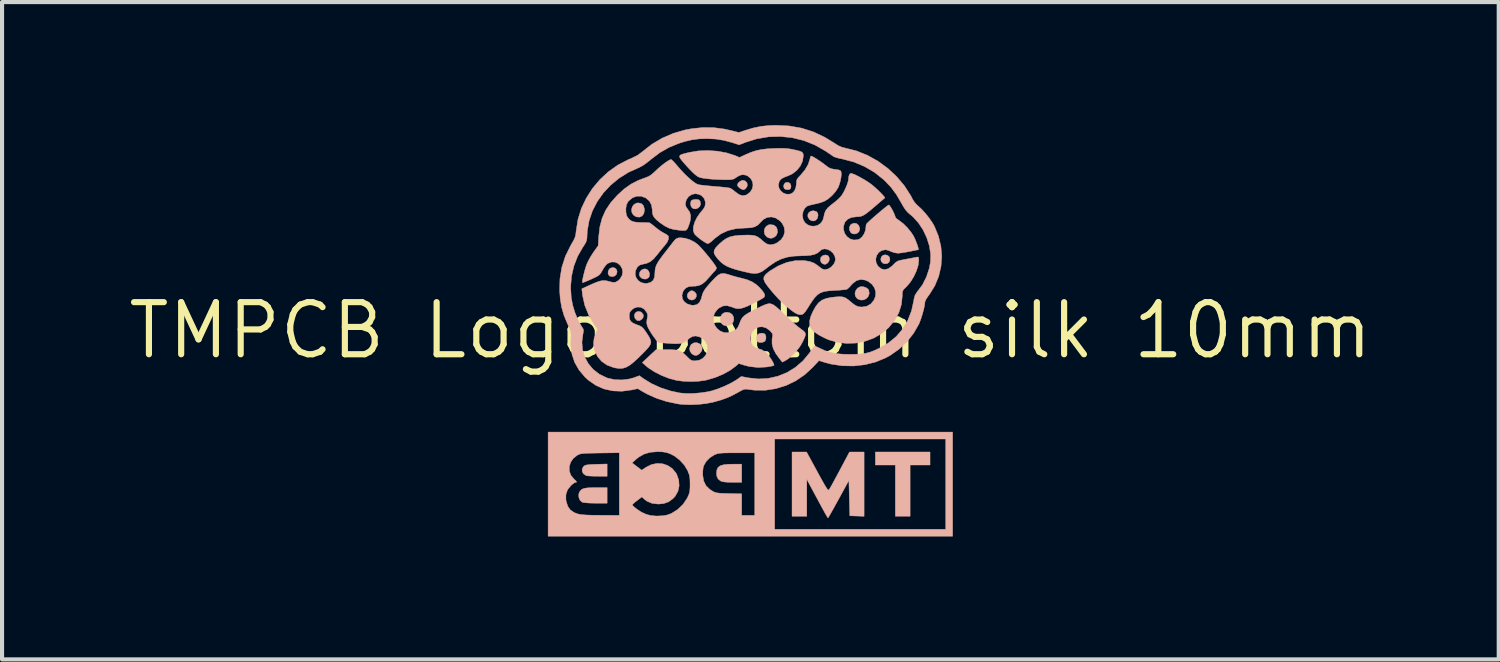
<source format=kicad_pcb>
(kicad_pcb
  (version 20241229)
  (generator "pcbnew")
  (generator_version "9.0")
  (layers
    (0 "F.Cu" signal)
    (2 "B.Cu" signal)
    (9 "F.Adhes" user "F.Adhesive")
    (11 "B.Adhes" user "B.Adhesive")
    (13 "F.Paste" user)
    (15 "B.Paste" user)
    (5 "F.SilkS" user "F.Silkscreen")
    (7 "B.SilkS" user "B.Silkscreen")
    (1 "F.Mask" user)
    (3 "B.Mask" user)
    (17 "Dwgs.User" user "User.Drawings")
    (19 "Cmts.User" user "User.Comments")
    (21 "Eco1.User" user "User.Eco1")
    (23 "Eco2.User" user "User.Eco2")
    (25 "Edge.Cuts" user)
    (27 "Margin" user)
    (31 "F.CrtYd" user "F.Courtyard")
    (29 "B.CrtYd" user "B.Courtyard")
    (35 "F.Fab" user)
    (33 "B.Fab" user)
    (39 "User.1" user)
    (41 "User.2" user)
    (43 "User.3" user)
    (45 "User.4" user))
  (footprint "TMPCB Logo bottom silk 10mm"
    (layer "F.Cu")
    (at 15.247 5.008)
    (property "Reference" "TMPCB Logo bottom silk 10mm" (at 0 0 0) (layer "F.SilkS") (effects (font (size 1.27 1.27) (thickness 0.15))))
    (attr through_hole)
    (fp_poly (pts (xy 4.381 3.281) (xy 3.895 3.281) (xy 3.895 4.53) (xy 3.535 4.53) (xy 3.535 3.281) (xy 3.048 3.281) (xy 3.048 2.963) (xy 4.381 2.963) (xy 4.381 3.281)) (stroke (width 0.01) (type solid)) (fill yes) (layer "B.SilkS"))
    (fp_poly (pts (xy -2.676 -0.454) (xy -2.644 -0.432) (xy -2.608 -0.378) (xy -2.614 -0.32) (xy -2.646 -0.275) (xy -2.704 -0.238) (xy -2.76 -0.242) (xy -2.808 -0.287) (xy -2.83 -0.35) (xy -2.82 -0.406) (xy -2.785 -0.447) (xy -2.734 -0.466) (xy -2.676 -0.454)) (stroke (width 0.01) (type solid)) (fill yes) (layer "B.SilkS"))
    (fp_poly (pts (xy -1.406 -0.967) (xy -1.359 -0.941) (xy -1.321 -0.893) (xy -1.315 -0.837) (xy -1.337 -0.785) (xy -1.384 -0.749) (xy -1.429 -0.741) (xy -1.483 -0.755) (xy -1.512 -0.774) (xy -1.542 -0.83) (xy -1.533 -0.89) (xy -1.503 -0.931) (xy -1.454 -0.967) (xy -1.406 -0.967)) (stroke (width 0.01) (type solid)) (fill yes) (layer "B.SilkS"))
    (fp_poly (pts (xy 0.974 -3.579) (xy 0.991 -3.521) (xy 0.991 -3.507) (xy 0.98 -3.459) (xy 0.951 -3.438) (xy 0.919 -3.433) (xy 0.858 -3.439) (xy 0.827 -3.459) (xy 0.81 -3.508) (xy 0.82 -3.562) (xy 0.853 -3.602) (xy 0.867 -3.609) (xy 0.929 -3.611) (xy 0.974 -3.579)) (stroke (width 0.01) (type solid)) (fill yes) (layer "B.SilkS"))
    (fp_poly (pts (xy 3.349 -1.83) (xy 3.389 -1.792) (xy 3.391 -1.789) (xy 3.403 -1.721) (xy 3.382 -1.666) (xy 3.337 -1.631) (xy 3.275 -1.625) (xy 3.235 -1.638) (xy 3.19 -1.681) (xy 3.179 -1.742) (xy 3.196 -1.798) (xy 3.236 -1.834) (xy 3.292 -1.845) (xy 3.349 -1.83)) (stroke (width 0.01) (type solid)) (fill yes) (layer "B.SilkS"))
    (fp_poly (pts (xy -3.303 -1.523) (xy -3.264 -1.485) (xy -3.249 -1.431) (xy -3.266 -1.37) (xy -3.27 -1.362) (xy -3.316 -1.324) (xy -3.376 -1.312) (xy -3.432 -1.327) (xy -3.446 -1.338) (xy -3.471 -1.389) (xy -3.466 -1.45) (xy -3.435 -1.502) (xy -3.419 -1.515) (xy -3.358 -1.536) (xy -3.303 -1.523)) (stroke (width 0.01) (type solid)) (fill yes) (layer "B.SilkS"))
    (fp_poly (pts (xy -2.514 -1.485) (xy -2.475 -1.439) (xy -2.457 -1.379) (xy -2.465 -1.318) (xy -2.489 -1.282) (xy -2.546 -1.252) (xy -2.614 -1.258) (xy -2.662 -1.282) (xy -2.702 -1.33) (xy -2.708 -1.387) (xy -2.686 -1.442) (xy -2.641 -1.484) (xy -2.576 -1.503) (xy -2.57 -1.503) (xy -2.514 -1.485)) (stroke (width 0.01) (type solid)) (fill yes) (layer "B.SilkS"))
    (fp_poly (pts (xy 1.609 -2.9) (xy 1.61 -2.899) (xy 1.643 -2.86) (xy 1.651 -2.807) (xy 1.635 -2.735) (xy 1.593 -2.688) (xy 1.537 -2.668) (xy 1.475 -2.683) (xy 1.439 -2.709) (xy 1.403 -2.768) (xy 1.401 -2.826) (xy 1.427 -2.876) (xy 1.475 -2.909) (xy 1.538 -2.92) (xy 1.609 -2.9)) (stroke (width 0.01) (type solid)) (fill yes) (layer "B.SilkS"))
    (fp_poly (pts (xy 2.594 -2.605) (xy 2.642 -2.561) (xy 2.666 -2.492) (xy 2.667 -2.471) (xy 2.649 -2.41) (xy 2.604 -2.369) (xy 2.545 -2.351) (xy 2.484 -2.361) (xy 2.448 -2.388) (xy 2.417 -2.448) (xy 2.415 -2.516) (xy 2.442 -2.574) (xy 2.464 -2.593) (xy 2.532 -2.618) (xy 2.594 -2.605)) (stroke (width 0.01) (type solid)) (fill yes) (layer "B.SilkS"))
    (fp_poly (pts (xy -1.234 0.327) (xy -1.207 0.354) (xy -1.174 0.423) (xy -1.184 0.493) (xy -1.235 0.561) (xy -1.24 0.566) (xy -1.303 0.606) (xy -1.362 0.607) (xy -1.426 0.57) (xy -1.47 0.511) (xy -1.482 0.439) (xy -1.462 0.368) (xy -1.439 0.339) (xy -1.375 0.301) (xy -1.302 0.298) (xy -1.234 0.327)) (stroke (width 0.01) (type solid)) (fill yes) (layer "B.SilkS"))
    (fp_poly (pts (xy 0.346 0.081) (xy 0.356 0.089) (xy 0.378 0.135) (xy 0.38 0.194) (xy 0.364 0.248) (xy 0.34 0.274) (xy 0.276 0.294) (xy 0.213 0.291) (xy 0.174 0.271) (xy 0.152 0.224) (xy 0.152 0.162) (xy 0.173 0.107) (xy 0.181 0.097) (xy 0.231 0.071) (xy 0.293 0.065) (xy 0.346 0.081)) (stroke (width 0.01) (type solid)) (fill yes) (layer "B.SilkS"))
    (fp_poly (pts (xy 0.572 -2.569) (xy 0.627 -2.528) (xy 0.653 -2.476) (xy 0.663 -2.392) (xy 0.633 -2.319) (xy 0.589 -2.278) (xy 0.516 -2.247) (xy 0.443 -2.258) (xy 0.394 -2.288) (xy 0.349 -2.346) (xy 0.335 -2.415) (xy 0.348 -2.483) (xy 0.387 -2.541) (xy 0.446 -2.576) (xy 0.488 -2.582) (xy 0.572 -2.569)) (stroke (width 0.01) (type solid)) (fill yes) (layer "B.SilkS"))
    (fp_poly (pts (xy -2.657 -3.094) (xy -2.607 -3.043) (xy -2.584 -2.963) (xy -2.582 -2.935) (xy -2.598 -2.85) (xy -2.641 -2.791) (xy -2.705 -2.763) (xy -2.782 -2.771) (xy -2.792 -2.775) (xy -2.856 -2.819) (xy -2.89 -2.88) (xy -2.898 -2.95) (xy -2.879 -3.018) (xy -2.837 -3.073) (xy -2.774 -3.106) (xy -2.731 -3.111) (xy -2.657 -3.094)) (stroke (width 0.01) (type solid)) (fill yes) (layer "B.SilkS"))
    (fp_poly (pts (xy -1.271 -3.191) (xy -1.238 -3.168) (xy -1.223 -3.141) (xy -1.213 -3.079) (xy -1.235 -3.023) (xy -1.279 -2.983) (xy -1.335 -2.963) (xy -1.393 -2.972) (xy -1.426 -2.995) (xy -1.453 -3.046) (xy -1.459 -3.108) (xy -1.443 -3.161) (xy -1.435 -3.171) (xy -1.398 -3.187) (xy -1.341 -3.196) (xy -1.329 -3.196) (xy -1.271 -3.191)) (stroke (width 0.01) (type solid)) (fill yes) (layer "B.SilkS"))
    (fp_poly (pts (xy -0.495 -0.428) (xy -0.44 -0.386) (xy -0.41 -0.327) (xy -0.403 -0.261) (xy -0.423 -0.198) (xy -0.469 -0.147) (xy -0.54 -0.119) (xy -0.603 -0.117) (xy -0.651 -0.128) (xy -0.699 -0.167) (xy -0.728 -0.232) (xy -0.732 -0.304) (xy -0.73 -0.317) (xy -0.695 -0.393) (xy -0.635 -0.435) (xy -0.572 -0.445) (xy -0.495 -0.428)) (stroke (width 0.01) (type solid)) (fill yes) (layer "B.SilkS"))
    (fp_poly (pts (xy -0.212 3.704) (xy -0.439 3.703) (xy -0.566 3.7) (xy -0.656 3.691) (xy -0.714 3.676) (xy -0.724 3.671) (xy -0.787 3.621) (xy -0.819 3.551) (xy -0.826 3.482) (xy -0.817 3.401) (xy -0.79 3.342) (xy -0.738 3.3) (xy -0.657 3.275) (xy -0.543 3.262) (xy -0.435 3.26) (xy -0.212 3.26) (xy -0.212 3.704)) (stroke (width 0.01) (type solid)) (fill yes) (layer "B.SilkS"))
    (fp_poly (pts (xy 1.887 -1.827) (xy 1.901 -1.816) (xy 1.925 -1.766) (xy 1.921 -1.705) (xy 1.892 -1.653) (xy 1.879 -1.642) (xy 1.841 -1.618) (xy 1.821 -1.611) (xy 1.793 -1.618) (xy 1.772 -1.623) (xy 1.729 -1.654) (xy 1.708 -1.707) (xy 1.713 -1.766) (xy 1.725 -1.791) (xy 1.771 -1.829) (xy 1.831 -1.842) (xy 1.887 -1.827)) (stroke (width 0.01) (type solid)) (fill yes) (layer "B.SilkS"))
    (fp_poly (pts (xy -3.493 3.556) (xy -3.731 3.554) (xy -3.829 3.553) (xy -3.914 3.549) (xy -3.975 3.545) (xy -4 3.541) (xy -4.065 3.5) (xy -4.1 3.442) (xy -4.102 3.377) (xy -4.069 3.318) (xy -4.062 3.311) (xy -4.037 3.293) (xy -4.001 3.281) (xy -3.947 3.273) (xy -3.867 3.267) (xy -3.755 3.263) (xy -3.493 3.256) (xy -3.493 3.556)) (stroke (width 0.01) (type solid)) (fill yes) (layer "B.SilkS"))
    (fp_poly (pts (xy -3.493 4.212) (xy -3.773 4.212) (xy -3.916 4.209) (xy -4.023 4.202) (xy -4.091 4.191) (xy -4.106 4.185) (xy -4.155 4.139) (xy -4.182 4.071) (xy -4.186 3.995) (xy -4.168 3.941) (xy -4.139 3.899) (xy -4.101 3.869) (xy -4.048 3.849) (xy -3.971 3.838) (xy -3.865 3.833) (xy -3.762 3.831) (xy -3.493 3.831) (xy -3.493 4.212)) (stroke (width 0.01) (type solid)) (fill yes) (layer "B.SilkS"))
    (fp_poly (pts (xy -0.122 -3.644) (xy -0.082 -3.598) (xy -0.073 -3.536) (xy -0.075 -3.526) (xy -0.098 -3.482) (xy -0.134 -3.445) (xy -0.169 -3.43) (xy -0.173 -3.431) (xy -0.196 -3.438) (xy -0.212 -3.444) (xy -0.262 -3.473) (xy -0.303 -3.514) (xy -0.318 -3.549) (xy -0.3 -3.592) (xy -0.257 -3.633) (xy -0.205 -3.659) (xy -0.183 -3.662) (xy -0.122 -3.644)) (stroke (width 0.01) (type solid)) (fill yes) (layer "B.SilkS"))
    (fp_poly (pts (xy 2.753 -1.068) (xy 2.82 -1.045) (xy 2.871 -1.008) (xy 2.887 -0.983) (xy 2.899 -0.904) (xy 2.877 -0.833) (xy 2.83 -0.779) (xy 2.765 -0.746) (xy 2.692 -0.741) (xy 2.618 -0.768) (xy 2.602 -0.78) (xy 2.56 -0.838) (xy 2.55 -0.906) (xy 2.57 -0.975) (xy 2.615 -1.033) (xy 2.683 -1.068) (xy 2.689 -1.069) (xy 2.753 -1.068)) (stroke (width 0.01) (type solid)) (fill yes) (layer "B.SilkS"))
    (fp_poly (pts (xy 1.631 3.442) (xy 1.71 3.588) (xy 1.773 3.7) (xy 1.82 3.783) (xy 1.855 3.839) (xy 1.88 3.873) (xy 1.898 3.889) (xy 1.911 3.89) (xy 1.92 3.881) (xy 1.938 3.852) (xy 1.973 3.791) (xy 2.021 3.704) (xy 2.079 3.597) (xy 2.144 3.476) (xy 2.183 3.403) (xy 2.417 2.963) (xy 2.773 2.963) (xy 2.773 4.531) (xy 2.598 4.525) (xy 2.424 4.519) (xy 2.413 4.088) (xy 2.402 3.656) (xy 2.152 4.114) (xy 2.082 4.24) (xy 2.02 4.353) (xy 1.967 4.447) (xy 1.926 4.519) (xy 1.901 4.561) (xy 1.893 4.572) (xy 1.88 4.555) (xy 1.853 4.51) (xy 1.816 4.447) (xy 1.813 4.44) (xy 1.778 4.376) (xy 1.728 4.285) (xy 1.669 4.175) (xy 1.605 4.056) (xy 1.558 3.969) (xy 1.376 3.63) (xy 1.376 4.08) (xy 1.376 4.53) (xy 1.016 4.53) (xy 1.016 2.963) (xy 1.37 2.963) (xy 1.631 3.442)) (stroke (width 0.01) (type solid)) (fill yes) (layer "B.SilkS"))
    (fp_poly (pts (xy 4.932 5.016) (xy -4.932 5.016) (xy -4.932 4.126) (xy -4.498 4.126) (xy -4.491 4.165) (xy -4.453 4.286) (xy -4.392 4.374) (xy -4.304 4.435) (xy -4.303 4.436) (xy -4.254 4.457) (xy -4.205 4.474) (xy -4.148 4.486) (xy -4.078 4.494) (xy -3.987 4.5) (xy -3.871 4.504) (xy -3.721 4.505) (xy -3.635 4.506) (xy -3.196 4.508) (xy -3.196 3.229) (xy -2.884 3.229) (xy -2.767 3.318) (xy -2.649 3.407) (xy -2.543 3.335) (xy -2.412 3.27) (xy -2.277 3.242) (xy -2.142 3.25) (xy -2.016 3.292) (xy -1.906 3.366) (xy -1.817 3.471) (xy -1.794 3.512) (xy -1.746 3.65) (xy -1.737 3.788) (xy -1.766 3.921) (xy -1.833 4.041) (xy -1.887 4.1) (xy -1.993 4.178) (xy -2.114 4.221) (xy -2.244 4.233) (xy -2.393 4.217) (xy -2.517 4.166) (xy -2.587 4.113) (xy -2.644 4.058) (xy -2.761 4.146) (xy -2.82 4.193) (xy -2.862 4.23) (xy -2.879 4.251) (xy -2.879 4.252) (xy -2.862 4.276) (xy -2.82 4.315) (xy -2.762 4.36) (xy -2.699 4.403) (xy -2.646 4.435) (xy -2.534 4.485) (xy -2.426 4.513) (xy -2.306 4.524) (xy -2.223 4.523) (xy -2.116 4.516) (xy -2.035 4.501) (xy -1.959 4.475) (xy -1.916 4.456) (xy -1.768 4.362) (xy -1.64 4.238) (xy -1.541 4.09) (xy -1.533 4.074) (xy -1.503 4.008) (xy -1.485 3.951) (xy -1.475 3.888) (xy -1.471 3.804) (xy -1.471 3.747) (xy -1.473 3.645) (xy -1.479 3.57) (xy -1.494 3.508) (xy -1.512 3.461) (xy -1.162 3.461) (xy -1.161 3.534) (xy -1.138 3.671) (xy -1.084 3.781) (xy -0.996 3.87) (xy -0.937 3.909) (xy -0.896 3.933) (xy -0.857 3.949) (xy -0.813 3.96) (xy -0.755 3.967) (xy -0.674 3.972) (xy -0.562 3.975) (xy -0.524 3.976) (xy -0.212 3.983) (xy -0.212 4.508) (xy 0.106 4.508) (xy 0.106 2.985) (xy -0.333 2.985) (xy -0.482 2.985) (xy -0.595 2.986) (xy -0.679 2.989) (xy -0.741 2.994) (xy -0.788 3.001) (xy -0.826 3.012) (xy -0.863 3.027) (xy -0.879 3.034) (xy -0.99 3.104) (xy -1.08 3.197) (xy -1.139 3.301) (xy -1.143 3.313) (xy -1.155 3.376) (xy -1.162 3.461) (xy -1.512 3.461) (xy -1.518 3.444) (xy -1.532 3.412) (xy -1.612 3.281) (xy -1.722 3.161) (xy -1.849 3.062) (xy -1.962 3.004) (xy -2.051 2.975) (xy -2.144 2.96) (xy -2.26 2.956) (xy -2.265 2.956) (xy -2.441 2.97) (xy -2.591 3.014) (xy -2.724 3.089) (xy -2.786 3.14) (xy -2.884 3.229) (xy -3.196 3.229) (xy -3.196 2.982) (xy -3.667 2.988) (xy -3.821 2.991) (xy -3.939 2.993) (xy -4.027 2.997) (xy -4.091 3.002) (xy -4.137 3.009) (xy -4.172 3.019) (xy -4.202 3.032) (xy -4.223 3.044) (xy -4.318 3.119) (xy -4.382 3.212) (xy -4.414 3.317) (xy -4.414 3.424) (xy -4.38 3.526) (xy -4.31 3.614) (xy -4.306 3.618) (xy -4.256 3.665) (xy -4.236 3.691) (xy -4.246 3.703) (xy -4.264 3.704) (xy -4.296 3.718) (xy -4.344 3.753) (xy -4.378 3.784) (xy -4.458 3.884) (xy -4.497 3.997) (xy -4.498 4.126) (xy -4.932 4.126) (xy -4.932 2.646) (xy 0.593 2.646) (xy 0.593 4.847) (xy 4.763 4.847) (xy 4.763 2.646) (xy 0.593 2.646) (xy -4.932 2.646) (xy -4.932 2.477) (xy 4.932 2.477) (xy 4.932 5.016)) (stroke (width 0.01) (type solid)) (fill yes) (layer "B.SilkS"))
    (fp_poly (pts (xy 0.946 -4.987) (xy 1.249 -4.934) (xy 1.538 -4.842) (xy 1.817 -4.71) (xy 2.043 -4.571) (xy 2.143 -4.508) (xy 2.231 -4.469) (xy 2.322 -4.446) (xy 2.595 -4.376) (xy 2.861 -4.268) (xy 3.115 -4.126) (xy 3.352 -3.952) (xy 3.567 -3.752) (xy 3.755 -3.529) (xy 3.911 -3.287) (xy 3.958 -3.196) (xy 4.004 -3.125) (xy 4.067 -3.055) (xy 4.1 -3.027) (xy 4.181 -2.952) (xy 4.271 -2.852) (xy 4.361 -2.739) (xy 4.439 -2.625) (xy 4.488 -2.54) (xy 4.586 -2.3) (xy 4.646 -2.053) (xy 4.667 -1.805) (xy 4.648 -1.559) (xy 4.592 -1.319) (xy 4.498 -1.091) (xy 4.366 -0.878) (xy 4.336 -0.839) (xy 4.286 -0.765) (xy 4.258 -0.702) (xy 4.255 -0.678) (xy 4.247 -0.608) (xy 4.226 -0.512) (xy 4.196 -0.402) (xy 4.161 -0.29) (xy 4.123 -0.189) (xy 4.106 -0.15) (xy 3.98 0.069) (xy 3.82 0.272) (xy 3.63 0.452) (xy 3.417 0.603) (xy 3.299 0.668) (xy 3.054 0.769) (xy 2.791 0.835) (xy 2.518 0.866) (xy 2.241 0.861) (xy 1.969 0.82) (xy 1.816 0.78) (xy 1.673 0.735) (xy 1.523 0.896) (xy 1.325 1.079) (xy 1.106 1.228) (xy 0.87 1.342) (xy 0.621 1.419) (xy 0.364 1.458) (xy 0.104 1.456) (xy -0.025 1.441) (xy -0.084 1.432) (xy -0.128 1.431) (xy -0.171 1.442) (xy -0.225 1.467) (xy -0.302 1.51) (xy -0.311 1.515) (xy -0.443 1.586) (xy -0.568 1.642) (xy -0.703 1.691) (xy -0.861 1.736) (xy -0.905 1.748) (xy -1.083 1.783) (xy -1.28 1.804) (xy -1.479 1.811) (xy -1.666 1.803) (xy -1.767 1.791) (xy -2.041 1.733) (xy -2.287 1.654) (xy -2.516 1.551) (xy -2.621 1.493) (xy -2.746 1.419) (xy -2.892 1.45) (xy -3.13 1.482) (xy -3.356 1.473) (xy -3.569 1.426) (xy -3.767 1.339) (xy -3.949 1.213) (xy -4.034 1.135) (xy -4.179 0.963) (xy -4.285 0.777) (xy -4.351 0.576) (xy -4.378 0.358) (xy -4.376 0.219) (xy -4.372 0.136) (xy -4.372 0.075) (xy -4.382 0.022) (xy -4.402 -0.036) (xy -4.436 -0.112) (xy -4.456 -0.155) (xy -4.543 -0.362) (xy -4.602 -0.565) (xy -4.637 -0.778) (xy -4.651 -0.974) (xy -4.649 -1.06) (xy -4.383 -1.06) (xy -4.368 -0.801) (xy -4.331 -0.61) (xy -4.28 -0.443) (xy -4.214 -0.281) (xy -4.14 -0.139) (xy -4.101 -0.077) (xy -4.076 -0.036) (xy -4.068 0.004) (xy -4.076 0.059) (xy -4.082 0.089) (xy -4.107 0.283) (xy -4.092 0.471) (xy -4.039 0.647) (xy -3.952 0.808) (xy -3.833 0.949) (xy -3.684 1.065) (xy -3.507 1.152) (xy -3.474 1.163) (xy -3.309 1.2) (xy -3.13 1.206) (xy -2.952 1.183) (xy -2.85 1.155) (xy -2.706 1.103) (xy -2.605 1.176) (xy -2.411 1.295) (xy -2.189 1.396) (xy -1.95 1.474) (xy -1.723 1.523) (xy -1.577 1.536) (xy -1.407 1.536) (xy -1.227 1.522) (xy -1.054 1.497) (xy -0.951 1.475) (xy -0.799 1.427) (xy -0.637 1.362) (xy -0.48 1.287) (xy -0.345 1.209) (xy -0.307 1.183) (xy -0.222 1.122) (xy -0.042 1.156) (xy 0.202 1.182) (xy 0.443 1.167) (xy 0.675 1.114) (xy 0.896 1.024) (xy 1.099 0.899) (xy 1.282 0.741) (xy 1.439 0.552) (xy 1.479 0.492) (xy 1.519 0.434) (xy 1.552 0.394) (xy 1.569 0.381) (xy 1.598 0.39) (xy 1.65 0.413) (xy 1.689 0.432) (xy 1.819 0.492) (xy 1.945 0.534) (xy 2.077 0.562) (xy 2.227 0.577) (xy 2.406 0.582) (xy 2.424 0.582) (xy 2.582 0.58) (xy 2.71 0.572) (xy 2.819 0.555) (xy 2.92 0.528) (xy 3.027 0.487) (xy 3.143 0.433) (xy 3.366 0.304) (xy 3.557 0.147) (xy 3.715 -0.036) (xy 3.839 -0.246) (xy 3.93 -0.48) (xy 3.986 -0.738) (xy 3.99 -0.769) (xy 4.016 -0.864) (xy 4.071 -0.946) (xy 4.073 -0.949) (xy 4.196 -1.113) (xy 4.293 -1.305) (xy 4.362 -1.513) (xy 4.392 -1.672) (xy 4.396 -1.862) (xy 4.365 -2.06) (xy 4.302 -2.259) (xy 4.213 -2.449) (xy 4.099 -2.623) (xy 3.964 -2.771) (xy 3.903 -2.823) (xy 3.837 -2.88) (xy 3.783 -2.942) (xy 3.731 -3.021) (xy 3.682 -3.108) (xy 3.562 -3.313) (xy 3.431 -3.49) (xy 3.277 -3.652) (xy 3.244 -3.683) (xy 3.025 -3.857) (xy 2.78 -4) (xy 2.518 -4.109) (xy 2.248 -4.18) (xy 2.234 -4.183) (xy 2.149 -4.201) (xy 2.075 -4.222) (xy 2.028 -4.241) (xy 2.022 -4.245) (xy 1.985 -4.272) (xy 1.923 -4.314) (xy 1.85 -4.363) (xy 1.834 -4.374) (xy 1.577 -4.521) (xy 1.306 -4.63) (xy 1.023 -4.7) (xy 0.735 -4.73) (xy 0.444 -4.722) (xy 0.155 -4.673) (xy -0.11 -4.59) (xy -0.273 -4.527) (xy -0.443 -4.581) (xy -0.646 -4.636) (xy -0.839 -4.667) (xy -1.046 -4.677) (xy -1.069 -4.678) (xy -1.259 -4.671) (xy -1.432 -4.648) (xy -1.608 -4.605) (xy -1.739 -4.564) (xy -1.983 -4.464) (xy -2.208 -4.336) (xy -2.424 -4.172) (xy -2.437 -4.161) (xy -2.538 -4.081) (xy -2.631 -4.016) (xy -2.708 -3.975) (xy -2.72 -3.97) (xy -2.971 -3.857) (xy -3.2 -3.714) (xy -3.406 -3.545) (xy -3.585 -3.354) (xy -3.734 -3.143) (xy -3.851 -2.917) (xy -3.932 -2.679) (xy -3.975 -2.434) (xy -3.982 -2.316) (xy -3.985 -2.245) (xy -3.994 -2.191) (xy -4.015 -2.141) (xy -4.052 -2.079) (xy -4.087 -2.027) (xy -4.212 -1.809) (xy -4.304 -1.571) (xy -4.361 -1.319) (xy -4.383 -1.06) (xy -4.649 -1.06) (xy -4.643 -1.265) (xy -4.597 -1.542) (xy -4.511 -1.809) (xy -4.383 -2.07) (xy -4.354 -2.12) (xy -4.305 -2.206) (xy -4.275 -2.274) (xy -4.258 -2.343) (xy -4.248 -2.428) (xy -4.247 -2.434) (xy -4.204 -2.707) (xy -4.122 -2.972) (xy -4.003 -3.224) (xy -3.852 -3.461) (xy -3.671 -3.677) (xy -3.464 -3.869) (xy -3.233 -4.033) (xy -2.982 -4.164) (xy -2.906 -4.195) (xy -2.753 -4.27) (xy -2.631 -4.361) (xy -2.406 -4.538) (xy -2.154 -4.688) (xy -1.881 -4.806) (xy -1.592 -4.89) (xy -1.425 -4.921) (xy -1.153 -4.949) (xy -0.893 -4.946) (xy -0.629 -4.911) (xy -0.442 -4.868) (xy -0.28 -4.827) (xy -0.126 -4.879) (xy 0.07 -4.938) (xy 0.258 -4.977) (xy 0.455 -4.997) (xy 0.624 -5.003) (xy 0.946 -4.987)) (stroke (width 0.01) (type solid)) (fill yes) (layer "B.SilkS"))
    (fp_poly (pts (xy 0.842 -4.44) (xy 0.943 -4.43) (xy 1.016 -4.417) (xy 1.128 -4.393) (xy 1.204 -4.373) (xy 1.252 -4.352) (xy 1.278 -4.327) (xy 1.289 -4.294) (xy 1.291 -4.249) (xy 1.271 -4.126) (xy 1.216 -4.008) (xy 1.131 -3.903) (xy 1.023 -3.819) (xy 0.932 -3.776) (xy 0.839 -3.741) (xy 0.778 -3.711) (xy 0.738 -3.681) (xy 0.711 -3.645) (xy 0.705 -3.634) (xy 0.684 -3.552) (xy 0.697 -3.474) (xy 0.738 -3.406) (xy 0.801 -3.353) (xy 0.876 -3.324) (xy 0.959 -3.324) (xy 1.017 -3.345) (xy 1.069 -3.395) (xy 1.106 -3.474) (xy 1.122 -3.571) (xy 1.122 -3.588) (xy 1.125 -3.642) (xy 1.138 -3.685) (xy 1.168 -3.728) (xy 1.223 -3.786) (xy 1.228 -3.791) (xy 1.33 -3.913) (xy 1.407 -4.044) (xy 1.45 -4.172) (xy 1.451 -4.176) (xy 1.463 -4.227) (xy 1.477 -4.253) (xy 1.48 -4.255) (xy 1.51 -4.243) (xy 1.565 -4.213) (xy 1.635 -4.169) (xy 1.71 -4.119) (xy 1.781 -4.069) (xy 1.838 -4.025) (xy 1.905 -3.974) (xy 1.967 -3.946) (xy 2.045 -3.93) (xy 2.069 -3.927) (xy 2.143 -3.917) (xy 2.185 -3.904) (xy 2.206 -3.884) (xy 2.215 -3.859) (xy 2.218 -3.796) (xy 2.207 -3.709) (xy 2.185 -3.612) (xy 2.154 -3.518) (xy 2.136 -3.478) (xy 2.076 -3.385) (xy 1.991 -3.289) (xy 1.894 -3.206) (xy 1.809 -3.154) (xy 1.74 -3.127) (xy 1.651 -3.1) (xy 1.574 -3.083) (xy 1.493 -3.065) (xy 1.423 -3.046) (xy 1.381 -3.03) (xy 1.325 -2.978) (xy 1.286 -2.9) (xy 1.27 -2.809) (xy 1.27 -2.804) (xy 1.287 -2.705) (xy 1.332 -2.628) (xy 1.397 -2.576) (xy 1.475 -2.547) (xy 1.559 -2.543) (xy 1.64 -2.563) (xy 1.711 -2.61) (xy 1.764 -2.682) (xy 1.79 -2.769) (xy 1.808 -2.855) (xy 1.837 -2.924) (xy 1.885 -2.987) (xy 1.959 -3.053) (xy 2.016 -3.097) (xy 2.095 -3.159) (xy 2.167 -3.226) (xy 2.22 -3.283) (xy 2.229 -3.297) (xy 2.276 -3.374) (xy 2.321 -3.466) (xy 2.359 -3.558) (xy 2.384 -3.637) (xy 2.392 -3.683) (xy 2.401 -3.764) (xy 2.423 -3.815) (xy 2.452 -3.831) (xy 2.498 -3.82) (xy 2.569 -3.79) (xy 2.657 -3.745) (xy 2.753 -3.692) (xy 2.847 -3.634) (xy 2.93 -3.578) (xy 2.965 -3.551) (xy 3.032 -3.494) (xy 3.103 -3.429) (xy 3.169 -3.365) (xy 3.225 -3.306) (xy 3.264 -3.261) (xy 3.28 -3.235) (xy 3.279 -3.232) (xy 3.26 -3.216) (xy 3.216 -3.179) (xy 3.151 -3.124) (xy 3.073 -3.056) (xy 3.041 -3.029) (xy 2.933 -2.937) (xy 2.85 -2.871) (xy 2.786 -2.825) (xy 2.733 -2.796) (xy 2.685 -2.78) (xy 2.635 -2.774) (xy 2.598 -2.773) (xy 2.472 -2.758) (xy 2.374 -2.714) (xy 2.307 -2.644) (xy 2.274 -2.551) (xy 2.271 -2.469) (xy 2.298 -2.37) (xy 2.354 -2.29) (xy 2.431 -2.233) (xy 2.521 -2.206) (xy 2.615 -2.213) (xy 2.665 -2.232) (xy 2.724 -2.282) (xy 2.775 -2.358) (xy 2.807 -2.445) (xy 2.815 -2.501) (xy 2.82 -2.558) (xy 2.828 -2.592) (xy 2.848 -2.615) (xy 2.894 -2.66) (xy 2.958 -2.719) (xy 3.036 -2.787) (xy 3.119 -2.858) (xy 3.2 -2.927) (xy 3.274 -2.987) (xy 3.332 -3.033) (xy 3.369 -3.058) (xy 3.375 -3.061) (xy 3.393 -3.047) (xy 3.422 -3.006) (xy 3.457 -2.947) (xy 3.49 -2.881) (xy 3.518 -2.819) (xy 3.533 -2.773) (xy 3.535 -2.761) (xy 3.551 -2.739) (xy 3.594 -2.705) (xy 3.629 -2.681) (xy 3.727 -2.606) (xy 3.828 -2.506) (xy 3.919 -2.394) (xy 3.983 -2.295) (xy 4.01 -2.238) (xy 4.039 -2.168) (xy 4.066 -2.096) (xy 4.087 -2.032) (xy 4.098 -1.986) (xy 4.097 -1.968) (xy 4.075 -1.965) (xy 4.02 -1.954) (xy 3.942 -1.938) (xy 3.884 -1.926) (xy 3.785 -1.908) (xy 3.692 -1.893) (xy 3.62 -1.885) (xy 3.595 -1.884) (xy 3.521 -1.894) (xy 3.443 -1.919) (xy 3.429 -1.926) (xy 3.364 -1.953) (xy 3.304 -1.968) (xy 3.291 -1.968) (xy 3.201 -1.95) (xy 3.13 -1.901) (xy 3.081 -1.831) (xy 3.058 -1.747) (xy 3.065 -1.66) (xy 3.105 -1.577) (xy 3.121 -1.559) (xy 3.198 -1.5) (xy 3.28 -1.483) (xy 3.368 -1.508) (xy 3.458 -1.574) (xy 3.487 -1.603) (xy 3.529 -1.646) (xy 3.566 -1.676) (xy 3.607 -1.697) (xy 3.665 -1.713) (xy 3.749 -1.73) (xy 3.794 -1.738) (xy 3.89 -1.756) (xy 3.974 -1.772) (xy 4.036 -1.784) (xy 4.059 -1.789) (xy 4.088 -1.792) (xy 4.102 -1.776) (xy 4.106 -1.732) (xy 4.106 -1.705) (xy 4.091 -1.585) (xy 4.048 -1.45) (xy 3.984 -1.312) (xy 3.904 -1.183) (xy 3.813 -1.074) (xy 3.787 -1.049) (xy 3.742 -1.005) (xy 3.717 -0.968) (xy 3.706 -0.922) (xy 3.704 -0.852) (xy 3.704 -0.841) (xy 3.683 -0.635) (xy 3.622 -0.438) (xy 3.521 -0.252) (xy 3.381 -0.079) (xy 3.364 -0.061) (xy 3.196 0.079) (xy 3.004 0.188) (xy 2.795 0.264) (xy 2.575 0.307) (xy 2.35 0.316) (xy 2.126 0.29) (xy 1.909 0.227) (xy 1.828 0.192) (xy 1.675 0.113) (xy 1.562 0.036) (xy 1.487 -0.044) (xy 1.449 -0.131) (xy 1.444 -0.229) (xy 1.472 -0.342) (xy 1.525 -0.462) (xy 1.593 -0.585) (xy 1.663 -0.675) (xy 1.743 -0.738) (xy 1.843 -0.78) (xy 1.97 -0.806) (xy 2.067 -0.817) (xy 2.173 -0.824) (xy 2.252 -0.818) (xy 2.317 -0.796) (xy 2.381 -0.754) (xy 2.436 -0.707) (xy 2.521 -0.638) (xy 2.591 -0.596) (xy 2.659 -0.576) (xy 2.722 -0.572) (xy 2.839 -0.591) (xy 2.936 -0.646) (xy 3.009 -0.733) (xy 3.05 -0.831) (xy 3.057 -0.935) (xy 3.028 -1.036) (xy 2.966 -1.125) (xy 2.877 -1.195) (xy 2.793 -1.23) (xy 2.686 -1.243) (xy 2.586 -1.215) (xy 2.495 -1.145) (xy 2.466 -1.113) (xy 2.417 -1.058) (xy 2.374 -1.018) (xy 2.354 -1.004) (xy 2.32 -0.997) (xy 2.253 -0.99) (xy 2.162 -0.982) (xy 2.058 -0.976) (xy 2.051 -0.976) (xy 1.908 -0.966) (xy 1.797 -0.949) (xy 1.709 -0.918) (xy 1.636 -0.87) (xy 1.567 -0.799) (xy 1.494 -0.698) (xy 1.44 -0.614) (xy 1.381 -0.52) (xy 1.338 -0.457) (xy 1.304 -0.418) (xy 1.276 -0.396) (xy 1.247 -0.387) (xy 1.23 -0.385) (xy 1.182 -0.388) (xy 1.127 -0.408) (xy 1.059 -0.448) (xy 0.973 -0.511) (xy 0.865 -0.601) (xy 0.827 -0.633) (xy 0.753 -0.703) (xy 0.668 -0.79) (xy 0.58 -0.887) (xy 0.496 -0.986) (xy 0.423 -1.077) (xy 0.369 -1.153) (xy 0.348 -1.188) (xy 0.326 -1.25) (xy 0.331 -1.305) (xy 0.368 -1.361) (xy 0.439 -1.423) (xy 0.473 -1.449) (xy 0.679 -1.574) (xy 0.887 -1.659) (xy 1.096 -1.703) (xy 1.305 -1.705) (xy 1.323 -1.703) (xy 1.452 -1.68) (xy 1.556 -1.641) (xy 1.648 -1.579) (xy 1.675 -1.556) (xy 1.748 -1.503) (xy 1.81 -1.482) (xy 1.815 -1.482) (xy 1.898 -1.501) (xy 1.975 -1.55) (xy 2.036 -1.62) (xy 2.07 -1.7) (xy 2.074 -1.736) (xy 2.058 -1.816) (xy 2.014 -1.887) (xy 1.952 -1.943) (xy 1.879 -1.979) (xy 1.805 -1.99) (xy 1.737 -1.973) (xy 1.702 -1.944) (xy 1.641 -1.891) (xy 1.563 -1.854) (xy 1.461 -1.832) (xy 1.328 -1.822) (xy 1.264 -1.821) (xy 1.067 -1.813) (xy 0.898 -1.788) (xy 0.748 -1.741) (xy 0.605 -1.669) (xy 0.458 -1.568) (xy 0.392 -1.516) (xy 0.291 -1.443) (xy 0.202 -1.402) (xy 0.11 -1.388) (xy 0.004 -1.399) (xy -0.036 -1.407) (xy -0.219 -1.45) (xy -0.367 -1.489) (xy -0.485 -1.529) (xy -0.58 -1.57) (xy -0.658 -1.617) (xy -0.726 -1.673) (xy -0.789 -1.739) (xy -0.805 -1.758) (xy -0.862 -1.834) (xy -0.888 -1.897) (xy -0.881 -1.957) (xy -0.842 -2.021) (xy -0.768 -2.098) (xy -0.763 -2.104) (xy -0.671 -2.185) (xy -0.587 -2.243) (xy -0.5 -2.282) (xy -0.398 -2.306) (xy -0.271 -2.32) (xy -0.178 -2.324) (xy -0.05 -2.327) (xy 0.047 -2.322) (xy 0.122 -2.307) (xy 0.185 -2.278) (xy 0.247 -2.233) (xy 0.311 -2.175) (xy 0.396 -2.112) (xy 0.484 -2.088) (xy 0.579 -2.105) (xy 0.654 -2.139) (xy 0.75 -2.214) (xy 0.811 -2.305) (xy 0.837 -2.407) (xy 0.826 -2.511) (xy 0.777 -2.611) (xy 0.721 -2.674) (xy 0.62 -2.741) (xy 0.515 -2.769) (xy 0.411 -2.757) (xy 0.315 -2.706) (xy 0.252 -2.643) (xy 0.188 -2.575) (xy 0.116 -2.531) (xy 0.027 -2.507) (xy -0.09 -2.498) (xy -0.123 -2.498) (xy -0.346 -2.483) (xy -0.542 -2.437) (xy -0.713 -2.359) (xy -0.863 -2.249) (xy -0.889 -2.225) (xy -0.948 -2.172) (xy -0.999 -2.133) (xy -1.033 -2.117) (xy -1.035 -2.117) (xy -1.073 -2.13) (xy -1.131 -2.164) (xy -1.2 -2.211) (xy -1.269 -2.264) (xy -1.328 -2.316) (xy -1.366 -2.358) (xy -1.367 -2.36) (xy -1.393 -2.436) (xy -1.389 -2.531) (xy -1.358 -2.64) (xy -1.302 -2.754) (xy -1.225 -2.866) (xy -1.199 -2.896) (xy -1.14 -2.969) (xy -1.108 -3.028) (xy -1.098 -3.089) (xy -1.1 -3.143) (xy -1.128 -3.221) (xy -1.189 -3.286) (xy -1.244 -3.316) (xy -1.338 -3.335) (xy -1.427 -3.317) (xy -1.504 -3.267) (xy -1.559 -3.192) (xy -1.581 -3.118) (xy -1.583 -3.054) (xy -1.562 -3.003) (xy -1.536 -2.968) (xy -1.479 -2.885) (xy -1.456 -2.8) (xy -1.462 -2.702) (xy -1.473 -2.651) (xy -1.497 -2.575) (xy -1.522 -2.509) (xy -1.538 -2.479) (xy -1.557 -2.453) (xy -1.581 -2.44) (xy -1.62 -2.436) (xy -1.685 -2.439) (xy -1.727 -2.443) (xy -1.866 -2.462) (xy -1.98 -2.494) (xy -2.086 -2.547) (xy -2.201 -2.626) (xy -2.203 -2.628) (xy -2.29 -2.698) (xy -2.345 -2.757) (xy -2.377 -2.816) (xy -2.39 -2.885) (xy -2.392 -2.938) (xy -2.41 -3.058) (xy -2.463 -3.157) (xy -2.549 -3.231) (xy -2.553 -3.233) (xy -2.662 -3.274) (xy -2.772 -3.274) (xy -2.875 -3.235) (xy -2.967 -3.159) (xy -2.991 -3.128) (xy -3.022 -3.06) (xy -3.036 -2.97) (xy -3.033 -2.875) (xy -3.014 -2.793) (xy -3 -2.767) (xy -2.951 -2.706) (xy -2.893 -2.666) (xy -2.817 -2.644) (xy -2.711 -2.634) (xy -2.668 -2.633) (xy -2.583 -2.632) (xy -2.514 -2.63) (xy -2.471 -2.628) (xy -2.465 -2.628) (xy -2.439 -2.613) (xy -2.391 -2.578) (xy -2.33 -2.529) (xy -2.317 -2.518) (xy -2.242 -2.459) (xy -2.165 -2.407) (xy -2.102 -2.371) (xy -2.101 -2.371) (xy -2.044 -2.34) (xy -2.005 -2.309) (xy -1.998 -2.298) (xy -1.995 -2.231) (xy -2.029 -2.151) (xy -2.092 -2.068) (xy -2.147 -2.004) (xy -2.212 -1.924) (xy -2.271 -1.849) (xy -2.358 -1.747) (xy -2.44 -1.678) (xy -2.528 -1.637) (xy -2.609 -1.619) (xy -2.694 -1.596) (xy -2.749 -1.555) (xy -2.752 -1.551) (xy -2.799 -1.463) (xy -2.809 -1.373) (xy -2.786 -1.288) (xy -2.736 -1.218) (xy -2.662 -1.168) (xy -2.569 -1.147) (xy -2.517 -1.149) (xy -2.428 -1.174) (xy -2.369 -1.223) (xy -2.337 -1.301) (xy -2.328 -1.399) (xy -2.324 -1.475) (xy -2.31 -1.544) (xy -2.281 -1.615) (xy -2.234 -1.695) (xy -2.165 -1.792) (xy -2.1 -1.877) (xy -2.032 -1.964) (xy -1.965 -2.051) (xy -1.908 -2.124) (xy -1.883 -2.157) (xy -1.836 -2.213) (xy -1.797 -2.244) (xy -1.75 -2.257) (xy -1.712 -2.261) (xy -1.601 -2.251) (xy -1.48 -2.215) (xy -1.364 -2.157) (xy -1.285 -2.098) (xy -1.232 -2.046) (xy -1.166 -1.974) (xy -1.095 -1.891) (xy -1.022 -1.803) (xy -0.953 -1.716) (xy -0.894 -1.638) (xy -0.851 -1.575) (xy -0.828 -1.534) (xy -0.826 -1.525) (xy -0.841 -1.481) (xy -0.861 -1.458) (xy -0.891 -1.428) (xy -0.938 -1.375) (xy -0.993 -1.311) (xy -1.001 -1.302) (xy -1.09 -1.203) (xy -1.169 -1.137) (xy -1.248 -1.098) (xy -1.337 -1.081) (xy -1.387 -1.08) (xy -1.491 -1.071) (xy -1.564 -1.043) (xy -1.618 -0.99) (xy -1.641 -0.952) (xy -1.668 -0.861) (xy -1.658 -0.776) (xy -1.614 -0.703) (xy -1.541 -0.648) (xy -1.444 -0.618) (xy -1.388 -0.614) (xy -1.303 -0.631) (xy -1.24 -0.685) (xy -1.197 -0.775) (xy -1.189 -0.808) (xy -1.172 -0.873) (xy -1.15 -0.93) (xy -1.118 -0.986) (xy -1.07 -1.051) (xy -1.002 -1.131) (xy -0.934 -1.207) (xy -0.849 -1.295) (xy -0.781 -1.353) (xy -0.719 -1.384) (xy -0.654 -1.391) (xy -0.577 -1.376) (xy -0.516 -1.358) (xy -0.428 -1.33) (xy -0.322 -1.301) (xy -0.232 -1.279) (xy -0.08 -1.238) (xy 0.041 -1.187) (xy 0.142 -1.121) (xy 0.212 -1.058) (xy 0.29 -0.972) (xy 0.336 -0.906) (xy 0.352 -0.856) (xy 0.34 -0.817) (xy 0.337 -0.813) (xy 0.307 -0.79) (xy 0.248 -0.754) (xy 0.166 -0.71) (xy 0.071 -0.661) (xy 0.055 -0.653) (xy -0.071 -0.593) (xy -0.169 -0.554) (xy -0.249 -0.535) (xy -0.318 -0.532) (xy -0.386 -0.547) (xy -0.454 -0.573) (xy -0.567 -0.605) (xy -0.67 -0.597) (xy -0.765 -0.547) (xy -0.808 -0.51) (xy -0.874 -0.419) (xy -0.904 -0.322) (xy -0.901 -0.224) (xy -0.871 -0.133) (xy -0.817 -0.053) (xy -0.743 0.009) (xy -0.654 0.048) (xy -0.553 0.056) (xy -0.445 0.028) (xy -0.442 0.027) (xy -0.378 -0.005) (xy -0.334 -0.038) (xy -0.301 -0.084) (xy -0.27 -0.155) (xy -0.254 -0.196) (xy -0.229 -0.256) (xy -0.199 -0.306) (xy -0.159 -0.35) (xy -0.101 -0.394) (xy -0.021 -0.442) (xy 0.088 -0.499) (xy 0.164 -0.537) (xy 0.276 -0.593) (xy 0.363 -0.631) (xy 0.433 -0.651) (xy 0.495 -0.651) (xy 0.555 -0.629) (xy 0.621 -0.583) (xy 0.702 -0.512) (xy 0.804 -0.414) (xy 0.825 -0.394) (xy 0.923 -0.301) (xy 1.022 -0.21) (xy 1.114 -0.13) (xy 1.189 -0.068) (xy 1.226 -0.04) (xy 1.289 0.006) (xy 1.328 0.044) (xy 1.344 0.082) (xy 1.338 0.131) (xy 1.311 0.2) (xy 1.266 0.294) (xy 1.206 0.395) (xy 1.123 0.501) (xy 1.028 0.601) (xy 0.932 0.684) (xy 0.861 0.73) (xy 0.78 0.773) (xy 0.72 0.699) (xy 0.622 0.566) (xy 0.559 0.446) (xy 0.529 0.331) (xy 0.528 0.214) (xy 0.539 0.152) (xy 0.544 0.108) (xy 0.533 0.072) (xy 0.499 0.029) (xy 0.47 -0.001) (xy 0.382 -0.064) (xy 0.288 -0.09) (xy 0.197 -0.082) (xy 0.115 -0.044) (xy 0.05 0.023) (xy 0.01 0.114) (xy 0.000079 0.194) (xy 0.015 0.298) (xy 0.059 0.377) (xy 0.127 0.425) (xy 0.163 0.436) (xy 0.277 0.469) (xy 0.369 0.529) (xy 0.405 0.564) (xy 0.451 0.62) (xy 0.497 0.685) (xy 0.537 0.751) (xy 0.566 0.807) (xy 0.578 0.843) (xy 0.576 0.851) (xy 0.549 0.861) (xy 0.492 0.875) (xy 0.416 0.888) (xy 0.404 0.89) (xy 0.189 0.903) (xy -0.031 0.878) (xy -0.157 0.845) (xy -0.283 0.806) (xy -0.35 0.865) (xy -0.494 0.972) (xy -0.668 1.068) (xy -0.861 1.148) (xy -1.059 1.206) (xy -1.118 1.219) (xy -1.272 1.239) (xy -1.445 1.246) (xy -1.621 1.24) (xy -1.778 1.221) (xy -1.801 1.217) (xy -1.982 1.169) (xy -2.165 1.097) (xy -2.338 1.009) (xy -2.489 0.91) (xy -2.551 0.859) (xy -2.635 0.783) (xy -2.466 0.624) (xy -2.297 0.466) (xy -2.048 0.466) (xy -1.914 0.468) (xy -1.814 0.477) (xy -1.735 0.496) (xy -1.67 0.528) (xy -1.607 0.576) (xy -1.548 0.634) (xy -1.49 0.691) (xy -1.447 0.723) (xy -1.405 0.738) (xy -1.353 0.741) (xy -1.352 0.741) (xy -1.244 0.724) (xy -1.157 0.677) (xy -1.093 0.609) (xy -1.054 0.525) (xy -1.04 0.435) (xy -1.054 0.345) (xy -1.096 0.261) (xy -1.169 0.193) (xy -1.237 0.158) (xy -1.331 0.134) (xy -1.411 0.145) (xy -1.49 0.192) (xy -1.524 0.222) (xy -1.585 0.271) (xy -1.65 0.303) (xy -1.729 0.32) (xy -1.831 0.324) (xy -1.966 0.317) (xy -1.972 0.316) (xy -2.067 0.309) (xy -2.149 0.302) (xy -2.206 0.298) (xy -2.226 0.297) (xy -2.253 0.28) (xy -2.296 0.234) (xy -2.346 0.168) (xy -2.4 0.092) (xy -2.449 0.013) (xy -2.49 -0.06) (xy -2.513 -0.112) (xy -2.529 -0.185) (xy -2.522 -0.261) (xy -2.517 -0.284) (xy -2.505 -0.352) (xy -2.511 -0.403) (xy -2.527 -0.441) (xy -2.588 -0.52) (xy -2.666 -0.564) (xy -2.753 -0.572) (xy -2.84 -0.542) (xy -2.884 -0.51) (xy -2.929 -0.462) (xy -2.949 -0.414) (xy -2.953 -0.352) (xy -2.944 -0.275) (xy -2.913 -0.219) (xy -2.854 -0.175) (xy -2.759 -0.136) (xy -2.752 -0.134) (xy -2.693 -0.112) (xy -2.65 -0.087) (xy -2.611 -0.05) (xy -2.566 0.009) (xy -2.53 0.062) (xy -2.473 0.151) (xy -2.438 0.222) (xy -2.425 0.282) (xy -2.438 0.339) (xy -2.477 0.402) (xy -2.544 0.479) (xy -2.626 0.563) (xy -2.754 0.689) (xy -2.862 0.786) (xy -2.954 0.855) (xy -3.036 0.9) (xy -3.115 0.923) (xy -3.196 0.927) (xy -3.285 0.915) (xy -3.341 0.902) (xy -3.498 0.843) (xy -3.627 0.753) (xy -3.727 0.636) (xy -3.793 0.496) (xy -3.811 0.43) (xy -3.825 0.308) (xy -3.81 0.193) (xy -3.766 0.067) (xy -3.766 0.065) (xy -3.724 -0.029) (xy -3.807 -0.147) (xy -3.941 -0.373) (xy -4.037 -0.609) (xy -4.091 -0.851) (xy -4.095 -0.884) (xy -4.11 -1.016) (xy -3.925 -1.101) (xy -3.799 -1.157) (xy -3.702 -1.194) (xy -3.624 -1.214) (xy -3.558 -1.218) (xy -3.495 -1.209) (xy -3.451 -1.196) (xy -3.357 -1.173) (xy -3.286 -1.178) (xy -3.224 -1.213) (xy -3.177 -1.26) (xy -3.128 -1.342) (xy -3.113 -1.427) (xy -3.128 -1.509) (xy -3.168 -1.58) (xy -3.228 -1.635) (xy -3.302 -1.667) (xy -3.386 -1.67) (xy -3.474 -1.637) (xy -3.478 -1.635) (xy -3.52 -1.597) (xy -3.567 -1.535) (xy -3.605 -1.472) (xy -3.637 -1.415) (xy -3.665 -1.375) (xy -3.7 -1.343) (xy -3.751 -1.312) (xy -3.826 -1.276) (xy -3.879 -1.251) (xy -3.964 -1.214) (xy -4.034 -1.185) (xy -4.08 -1.169) (xy -4.095 -1.167) (xy -4.097 -1.193) (xy -4.089 -1.251) (xy -4.072 -1.329) (xy -4.05 -1.418) (xy -4.025 -1.508) (xy -3.999 -1.589) (xy -3.985 -1.625) (xy -3.945 -1.709) (xy -3.89 -1.807) (xy -3.831 -1.9) (xy -3.821 -1.914) (xy -3.711 -2.067) (xy -3.698 -2.288) (xy -3.671 -2.525) (xy -3.615 -2.737) (xy -3.529 -2.931) (xy -3.407 -3.114) (xy -3.247 -3.295) (xy -3.239 -3.303) (xy -3.076 -3.451) (xy -2.913 -3.567) (xy -2.737 -3.658) (xy -2.568 -3.722) (xy -2.487 -3.753) (xy -2.417 -3.796) (xy -2.344 -3.859) (xy -2.311 -3.891) (xy -2.236 -3.961) (xy -2.154 -4.03) (xy -2.074 -4.091) (xy -2.004 -4.138) (xy -1.953 -4.165) (xy -1.934 -4.17) (xy -1.911 -4.154) (xy -1.869 -4.113) (xy -1.815 -4.053) (xy -1.788 -4.021) (xy -1.691 -3.909) (xy -1.59 -3.803) (xy -1.491 -3.71) (xy -1.401 -3.634) (xy -1.324 -3.581) (xy -1.273 -3.558) (xy -1.225 -3.549) (xy -1.144 -3.539) (xy -1.04 -3.528) (xy -0.923 -3.517) (xy -0.869 -3.513) (xy -0.752 -3.503) (xy -0.647 -3.493) (xy -0.563 -3.483) (xy -0.508 -3.474) (xy -0.495 -3.47) (xy -0.451 -3.446) (xy -0.394 -3.403) (xy -0.364 -3.377) (xy -0.273 -3.312) (xy -0.188 -3.287) (xy -0.106 -3.302) (xy -0.089 -3.31) (xy -0.007 -3.372) (xy 0.044 -3.451) (xy 0.064 -3.539) (xy 0.052 -3.626) (xy 0.01 -3.704) (xy -0.062 -3.765) (xy -0.114 -3.788) (xy -0.187 -3.799) (xy -0.261 -3.782) (xy -0.346 -3.732) (xy -0.362 -3.72) (xy -0.394 -3.699) (xy -0.429 -3.686) (xy -0.475 -3.678) (xy -0.543 -3.675) (xy -0.642 -3.676) (xy -0.663 -3.676) (xy -0.784 -3.68) (xy -0.912 -3.687) (xy -1.028 -3.697) (xy -1.078 -3.703) (xy -1.17 -3.716) (xy -1.234 -3.731) (xy -1.284 -3.754) (xy -1.333 -3.79) (xy -1.353 -3.806) (xy -1.409 -3.858) (xy -1.48 -3.93) (xy -1.557 -4.013) (xy -1.604 -4.066) (xy -1.674 -4.148) (xy -1.717 -4.206) (xy -1.729 -4.247) (xy -1.71 -4.276) (xy -1.655 -4.3) (xy -1.564 -4.324) (xy -1.495 -4.341) (xy -1.273 -4.378) (xy -1.038 -4.388) (xy -0.802 -4.372) (xy -0.576 -4.33) (xy -0.373 -4.265) (xy -0.36 -4.26) (xy -0.266 -4.219) (xy -0.117 -4.288) (xy 0.015 -4.344) (xy 0.139 -4.385) (xy 0.266 -4.412) (xy 0.411 -4.429) (xy 0.572 -4.439) (xy 0.722 -4.442) (xy 0.842 -4.44)) (stroke (width 0.01) (type solid)) (fill yes) (layer "B.SilkS")))
  (gr_rect
    (start -3 -3)
    (end 33.495 13.029)
    (stroke (width 0.1) (type default))
    (fill no)
    (layer "Edge.Cuts")))
</source>
